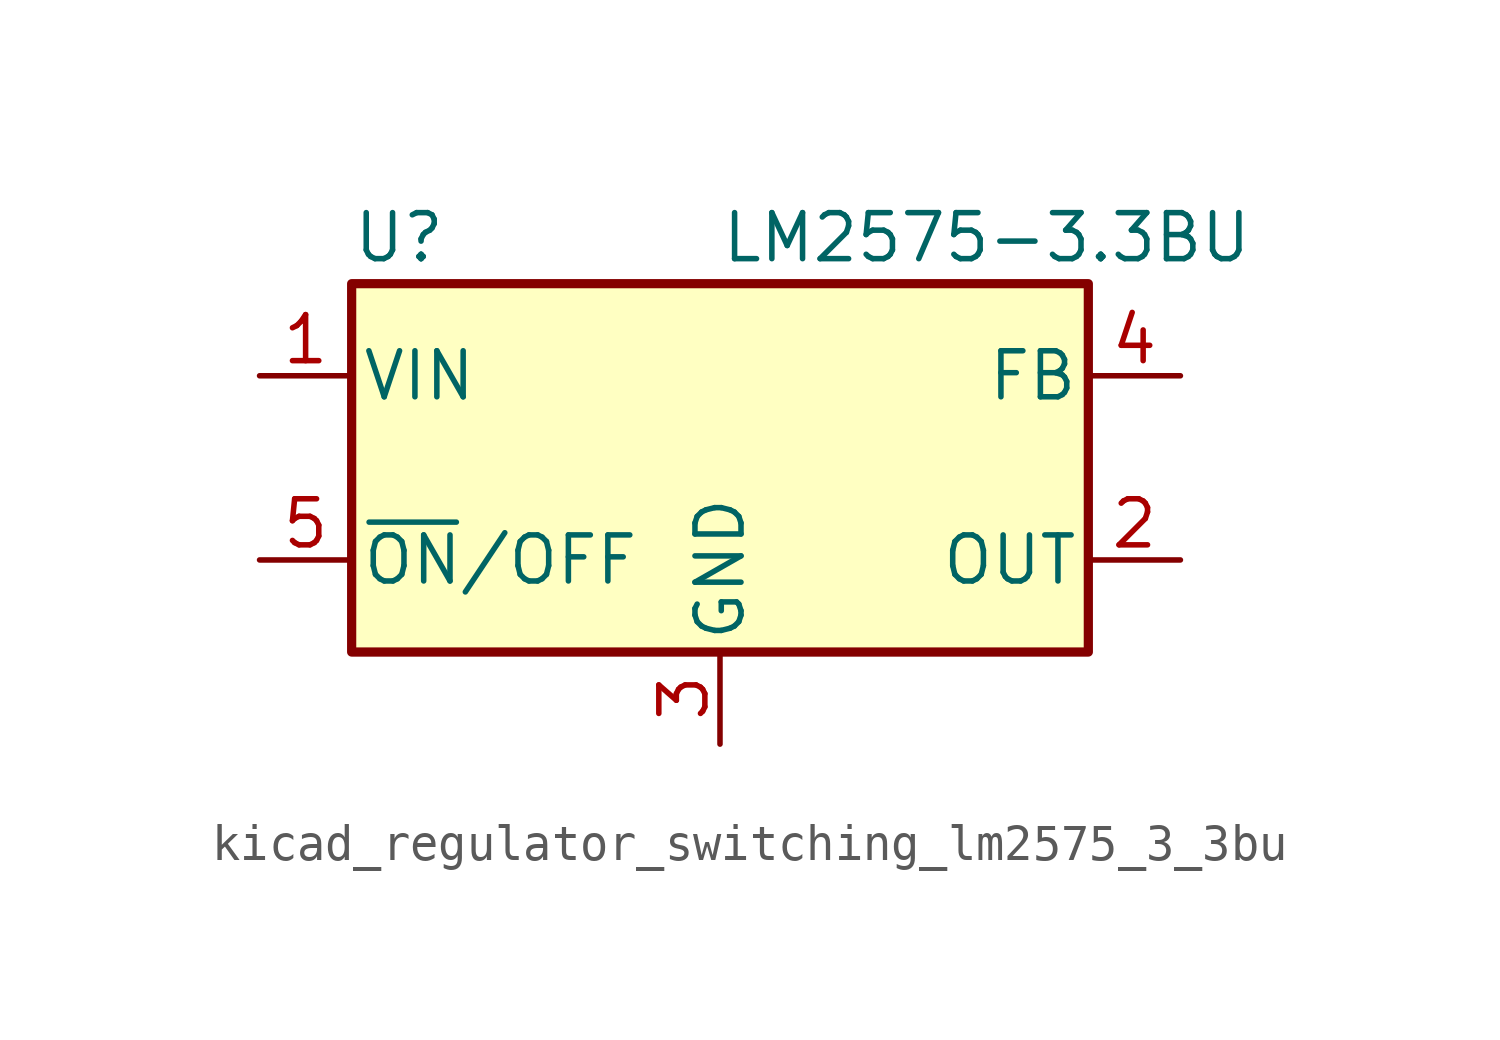
<source format=kicad_sym>
(kicad_symbol_lib
  (version 20220914)
  (generator kicad_symbol_editor)
  (symbol "kicad_regulator_switching_lm2575_3_3bu"
    (pin_names
      (offset 0.254))
    (property "Reference" "U"
      (at -10.16 6.35 0)
      (effects (font (size 1.27 1.27)) (justify left)))
    (property "Value" "LM2575-3.3BU"
      (at 0 6.35 0)
      (effects (font (size 1.27 1.27)) (justify left)))
    (symbol "kicad_regulator_switching_lm2575_3_3bu_0_1"
      (rectangle (start -10.16 5.08) (end 10.16 -5.08) (stroke (width 0.254) (type default)) (fill (type background))))
    (symbol "kicad_regulator_switching_lm2575_3_3bu_1_1"
      (pin power_in line (at -12.7 2.54 0) (length 2.54) (name "VIN" (effects (font (size 1.27 1.27)))) (number "1" (effects (font (size 1.27 1.27)))))
      (pin output line (at 12.7 -2.54 180) (length 2.54) (name "OUT" (effects (font (size 1.27 1.27)))) (number "2" (effects (font (size 1.27 1.27)))))
      (pin power_in line (at 0 -7.62 90) (length 2.54) (name "GND" (effects (font (size 1.27 1.27)))) (number "3" (effects (font (size 1.27 1.27)))))
      (pin input line (at 12.7 2.54 180) (length 2.54) (name "FB" (effects (font (size 1.27 1.27)))) (number "4" (effects (font (size 1.27 1.27)))))
      (pin input line (at -12.7 -2.54 0) (length 2.54) (name "~{ON}/OFF" (effects (font (size 1.27 1.27)))) (number "5" (effects (font (size 1.27 1.27))))))))
</source>
